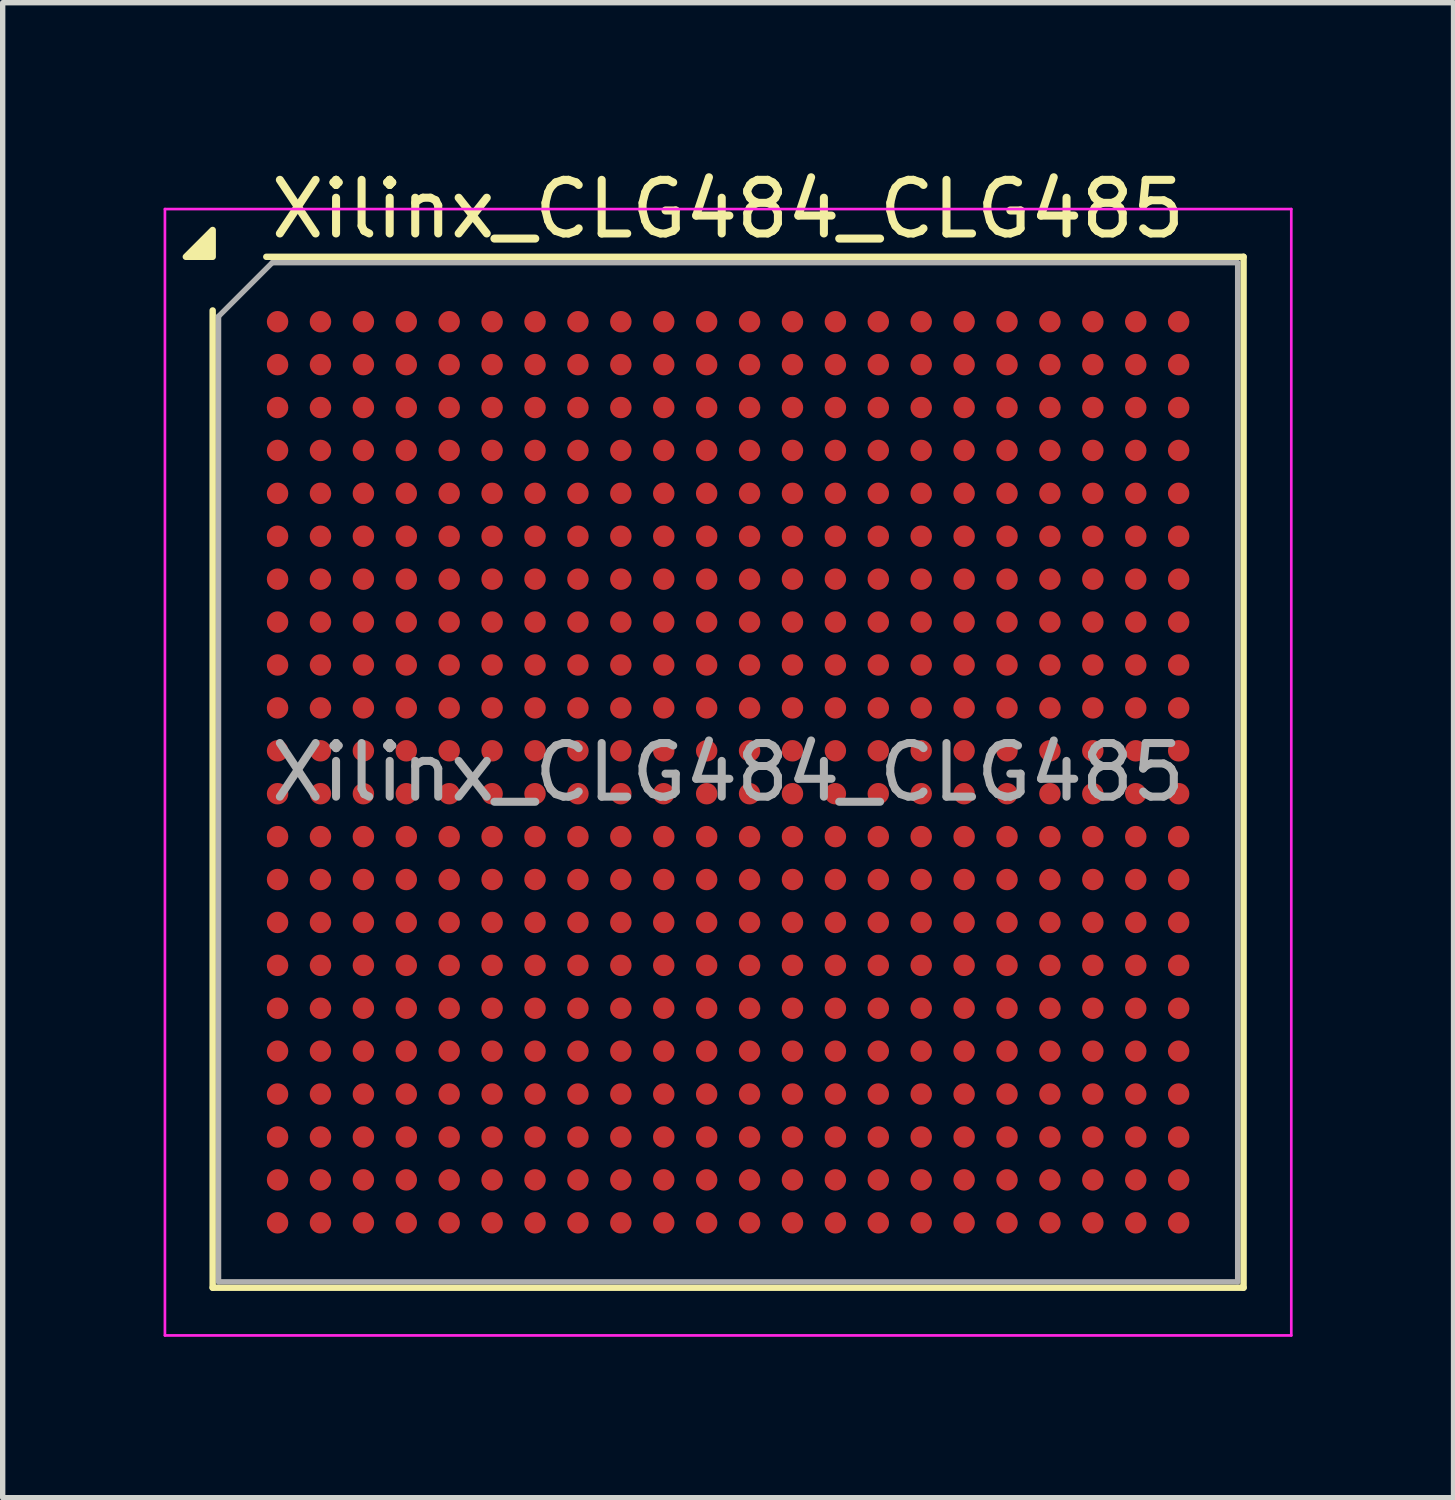
<source format=kicad_pcb>
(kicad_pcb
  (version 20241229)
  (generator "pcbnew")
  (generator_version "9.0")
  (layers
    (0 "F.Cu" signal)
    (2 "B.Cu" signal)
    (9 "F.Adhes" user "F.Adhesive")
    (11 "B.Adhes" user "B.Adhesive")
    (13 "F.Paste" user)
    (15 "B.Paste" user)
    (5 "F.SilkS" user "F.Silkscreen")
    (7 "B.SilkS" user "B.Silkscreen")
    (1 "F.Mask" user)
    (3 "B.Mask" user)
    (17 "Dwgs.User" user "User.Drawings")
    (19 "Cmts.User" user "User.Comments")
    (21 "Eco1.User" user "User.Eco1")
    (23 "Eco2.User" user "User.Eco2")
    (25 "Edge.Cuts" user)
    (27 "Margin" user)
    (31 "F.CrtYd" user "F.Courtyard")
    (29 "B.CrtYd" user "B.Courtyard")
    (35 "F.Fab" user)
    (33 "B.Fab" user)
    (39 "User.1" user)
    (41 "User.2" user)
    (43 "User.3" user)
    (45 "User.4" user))
  (footprint "Xilinx_CLG484_CLG485"
    (layer "F.Cu")
    (at 10.525 11.348)
    (property "Reference" "Xilinx_CLG484_CLG485" (at 0 -10.5 0) (layer "F.SilkS") (effects (font (size 1 1) (thickness 0.15))))
    (attr smd)
    (fp_line (start -9.61 9.61) (end -9.61 -8.61) (stroke (width 0.12) (type solid)) (layer "F.SilkS"))
    (fp_line (start -8.61 -9.61) (end 9.61 -9.61) (stroke (width 0.12) (type solid)) (layer "F.SilkS"))
    (fp_line (start 9.61 -9.61) (end 9.61 9.61) (stroke (width 0.12) (type solid)) (layer "F.SilkS"))
    (fp_line (start 9.61 9.61) (end -9.61 9.61) (stroke (width 0.12) (type solid)) (layer "F.SilkS"))
    (fp_poly (pts (xy -9.61 -9.61) (xy -10.11 -9.61) (xy -9.61 -10.11) (xy -9.61 -9.61)) (stroke (width 0.12) (type solid)) (fill yes) (layer "F.SilkS"))
    (fp_line (start -10.5 -10.5) (end -10.5 10.5) (stroke (width 0.05) (type solid)) (layer "F.CrtYd"))
    (fp_line (start -10.5 10.5) (end 10.5 10.5) (stroke (width 0.05) (type solid)) (layer "F.CrtYd"))
    (fp_line (start 10.5 -10.5) (end -10.5 -10.5) (stroke (width 0.05) (type solid)) (layer "F.CrtYd"))
    (fp_line (start 10.5 10.5) (end 10.5 -10.5) (stroke (width 0.05) (type solid)) (layer "F.CrtYd"))
    (fp_line (start -9.5 -8.5) (end -8.5 -9.5) (stroke (width 0.1) (type solid)) (layer "F.Fab"))
    (fp_line (start -9.5 9.5) (end -9.5 -8.5) (stroke (width 0.1) (type solid)) (layer "F.Fab"))
    (fp_line (start -8.5 -9.5) (end 9.5 -9.5) (stroke (width 0.1) (type solid)) (layer "F.Fab"))
    (fp_line (start 9.5 -9.5) (end 9.5 9.5) (stroke (width 0.1) (type solid)) (layer "F.Fab"))
    (fp_line (start 9.5 9.5) (end -9.5 9.5) (stroke (width 0.1) (type solid)) (layer "F.Fab"))
    (fp_text user "${REFERENCE}" (at 0 0 0) (layer "F.Fab") (effects (font (size 1 1) (thickness 0.15))))
    (pad "A1" smd circle (at -8.4 -8.4) (size 0.4 0.4) (property pad_prop_bga) (layers "F.Cu" "F.Mask" "F.Paste"))
    (pad "A2" smd circle (at -7.6 -8.4) (size 0.4 0.4) (property pad_prop_bga) (layers "F.Cu" "F.Mask" "F.Paste"))
    (pad "A3" smd circle (at -6.8 -8.4) (size 0.4 0.4) (property pad_prop_bga) (layers "F.Cu" "F.Mask" "F.Paste"))
    (pad "A4" smd circle (at -6 -8.4) (size 0.4 0.4) (property pad_prop_bga) (layers "F.Cu" "F.Mask" "F.Paste"))
    (pad "A5" smd circle (at -5.2 -8.4) (size 0.4 0.4) (property pad_prop_bga) (layers "F.Cu" "F.Mask" "F.Paste"))
    (pad "A6" smd circle (at -4.4 -8.4) (size 0.4 0.4) (property pad_prop_bga) (layers "F.Cu" "F.Mask" "F.Paste"))
    (pad "A7" smd circle (at -3.6 -8.4) (size 0.4 0.4) (property pad_prop_bga) (layers "F.Cu" "F.Mask" "F.Paste"))
    (pad "A8" smd circle (at -2.8 -8.4) (size 0.4 0.4) (property pad_prop_bga) (layers "F.Cu" "F.Mask" "F.Paste"))
    (pad "A9" smd circle (at -2 -8.4) (size 0.4 0.4) (property pad_prop_bga) (layers "F.Cu" "F.Mask" "F.Paste"))
    (pad "A10" smd circle (at -1.2 -8.4) (size 0.4 0.4) (property pad_prop_bga) (layers "F.Cu" "F.Mask" "F.Paste"))
    (pad "A11" smd circle (at -0.4 -8.4) (size 0.4 0.4) (property pad_prop_bga) (layers "F.Cu" "F.Mask" "F.Paste"))
    (pad "A12" smd circle (at 0.4 -8.4) (size 0.4 0.4) (property pad_prop_bga) (layers "F.Cu" "F.Mask" "F.Paste"))
    (pad "A13" smd circle (at 1.2 -8.4) (size 0.4 0.4) (property pad_prop_bga) (layers "F.Cu" "F.Mask" "F.Paste"))
    (pad "A14" smd circle (at 2 -8.4) (size 0.4 0.4) (property pad_prop_bga) (layers "F.Cu" "F.Mask" "F.Paste"))
    (pad "A15" smd circle (at 2.8 -8.4) (size 0.4 0.4) (property pad_prop_bga) (layers "F.Cu" "F.Mask" "F.Paste"))
    (pad "A16" smd circle (at 3.6 -8.4) (size 0.4 0.4) (property pad_prop_bga) (layers "F.Cu" "F.Mask" "F.Paste"))
    (pad "A17" smd circle (at 4.4 -8.4) (size 0.4 0.4) (property pad_prop_bga) (layers "F.Cu" "F.Mask" "F.Paste"))
    (pad "A18" smd circle (at 5.2 -8.4) (size 0.4 0.4) (property pad_prop_bga) (layers "F.Cu" "F.Mask" "F.Paste"))
    (pad "A19" smd circle (at 6 -8.4) (size 0.4 0.4) (property pad_prop_bga) (layers "F.Cu" "F.Mask" "F.Paste"))
    (pad "A20" smd circle (at 6.8 -8.4) (size 0.4 0.4) (property pad_prop_bga) (layers "F.Cu" "F.Mask" "F.Paste"))
    (pad "A21" smd circle (at 7.6 -8.4) (size 0.4 0.4) (property pad_prop_bga) (layers "F.Cu" "F.Mask" "F.Paste"))
    (pad "A22" smd circle (at 8.4 -8.4) (size 0.4 0.4) (property pad_prop_bga) (layers "F.Cu" "F.Mask" "F.Paste"))
    (pad "AA1" smd circle (at -8.4 7.6) (size 0.4 0.4) (property pad_prop_bga) (layers "F.Cu" "F.Mask" "F.Paste"))
    (pad "AA2" smd circle (at -7.6 7.6) (size 0.4 0.4) (property pad_prop_bga) (layers "F.Cu" "F.Mask" "F.Paste"))
    (pad "AA3" smd circle (at -6.8 7.6) (size 0.4 0.4) (property pad_prop_bga) (layers "F.Cu" "F.Mask" "F.Paste"))
    (pad "AA4" smd circle (at -6 7.6) (size 0.4 0.4) (property pad_prop_bga) (layers "F.Cu" "F.Mask" "F.Paste"))
    (pad "AA5" smd circle (at -5.2 7.6) (size 0.4 0.4) (property pad_prop_bga) (layers "F.Cu" "F.Mask" "F.Paste"))
    (pad "AA6" smd circle (at -4.4 7.6) (size 0.4 0.4) (property pad_prop_bga) (layers "F.Cu" "F.Mask" "F.Paste"))
    (pad "AA7" smd circle (at -3.6 7.6) (size 0.4 0.4) (property pad_prop_bga) (layers "F.Cu" "F.Mask" "F.Paste"))
    (pad "AA8" smd circle (at -2.8 7.6) (size 0.4 0.4) (property pad_prop_bga) (layers "F.Cu" "F.Mask" "F.Paste"))
    (pad "AA9" smd circle (at -2 7.6) (size 0.4 0.4) (property pad_prop_bga) (layers "F.Cu" "F.Mask" "F.Paste"))
    (pad "AA10" smd circle (at -1.2 7.6) (size 0.4 0.4) (property pad_prop_bga) (layers "F.Cu" "F.Mask" "F.Paste"))
    (pad "AA11" smd circle (at -0.4 7.6) (size 0.4 0.4) (property pad_prop_bga) (layers "F.Cu" "F.Mask" "F.Paste"))
    (pad "AA12" smd circle (at 0.4 7.6) (size 0.4 0.4) (property pad_prop_bga) (layers "F.Cu" "F.Mask" "F.Paste"))
    (pad "AA13" smd circle (at 1.2 7.6) (size 0.4 0.4) (property pad_prop_bga) (layers "F.Cu" "F.Mask" "F.Paste"))
    (pad "AA14" smd circle (at 2 7.6) (size 0.4 0.4) (property pad_prop_bga) (layers "F.Cu" "F.Mask" "F.Paste"))
    (pad "AA15" smd circle (at 2.8 7.6) (size 0.4 0.4) (property pad_prop_bga) (layers "F.Cu" "F.Mask" "F.Paste"))
    (pad "AA16" smd circle (at 3.6 7.6) (size 0.4 0.4) (property pad_prop_bga) (layers "F.Cu" "F.Mask" "F.Paste"))
    (pad "AA17" smd circle (at 4.4 7.6) (size 0.4 0.4) (property pad_prop_bga) (layers "F.Cu" "F.Mask" "F.Paste"))
    (pad "AA18" smd circle (at 5.2 7.6) (size 0.4 0.4) (property pad_prop_bga) (layers "F.Cu" "F.Mask" "F.Paste"))
    (pad "AA19" smd circle (at 6 7.6) (size 0.4 0.4) (property pad_prop_bga) (layers "F.Cu" "F.Mask" "F.Paste"))
    (pad "AA20" smd circle (at 6.8 7.6) (size 0.4 0.4) (property pad_prop_bga) (layers "F.Cu" "F.Mask" "F.Paste"))
    (pad "AA21" smd circle (at 7.6 7.6) (size 0.4 0.4) (property pad_prop_bga) (layers "F.Cu" "F.Mask" "F.Paste"))
    (pad "AA22" smd circle (at 8.4 7.6) (size 0.4 0.4) (property pad_prop_bga) (layers "F.Cu" "F.Mask" "F.Paste"))
    (pad "AB1" smd circle (at -8.4 8.4) (size 0.4 0.4) (property pad_prop_bga) (layers "F.Cu" "F.Mask" "F.Paste"))
    (pad "AB2" smd circle (at -7.6 8.4) (size 0.4 0.4) (property pad_prop_bga) (layers "F.Cu" "F.Mask" "F.Paste"))
    (pad "AB3" smd circle (at -6.8 8.4) (size 0.4 0.4) (property pad_prop_bga) (layers "F.Cu" "F.Mask" "F.Paste"))
    (pad "AB4" smd circle (at -6 8.4) (size 0.4 0.4) (property pad_prop_bga) (layers "F.Cu" "F.Mask" "F.Paste"))
    (pad "AB5" smd circle (at -5.2 8.4) (size 0.4 0.4) (property pad_prop_bga) (layers "F.Cu" "F.Mask" "F.Paste"))
    (pad "AB6" smd circle (at -4.4 8.4) (size 0.4 0.4) (property pad_prop_bga) (layers "F.Cu" "F.Mask" "F.Paste"))
    (pad "AB7" smd circle (at -3.6 8.4) (size 0.4 0.4) (property pad_prop_bga) (layers "F.Cu" "F.Mask" "F.Paste"))
    (pad "AB8" smd circle (at -2.8 8.4) (size 0.4 0.4) (property pad_prop_bga) (layers "F.Cu" "F.Mask" "F.Paste"))
    (pad "AB9" smd circle (at -2 8.4) (size 0.4 0.4) (property pad_prop_bga) (layers "F.Cu" "F.Mask" "F.Paste"))
    (pad "AB10" smd circle (at -1.2 8.4) (size 0.4 0.4) (property pad_prop_bga) (layers "F.Cu" "F.Mask" "F.Paste"))
    (pad "AB11" smd circle (at -0.4 8.4) (size 0.4 0.4) (property pad_prop_bga) (layers "F.Cu" "F.Mask" "F.Paste"))
    (pad "AB12" smd circle (at 0.4 8.4) (size 0.4 0.4) (property pad_prop_bga) (layers "F.Cu" "F.Mask" "F.Paste"))
    (pad "AB13" smd circle (at 1.2 8.4) (size 0.4 0.4) (property pad_prop_bga) (layers "F.Cu" "F.Mask" "F.Paste"))
    (pad "AB14" smd circle (at 2 8.4) (size 0.4 0.4) (property pad_prop_bga) (layers "F.Cu" "F.Mask" "F.Paste"))
    (pad "AB15" smd circle (at 2.8 8.4) (size 0.4 0.4) (property pad_prop_bga) (layers "F.Cu" "F.Mask" "F.Paste"))
    (pad "AB16" smd circle (at 3.6 8.4) (size 0.4 0.4) (property pad_prop_bga) (layers "F.Cu" "F.Mask" "F.Paste"))
    (pad "AB17" smd circle (at 4.4 8.4) (size 0.4 0.4) (property pad_prop_bga) (layers "F.Cu" "F.Mask" "F.Paste"))
    (pad "AB18" smd circle (at 5.2 8.4) (size 0.4 0.4) (property pad_prop_bga) (layers "F.Cu" "F.Mask" "F.Paste"))
    (pad "AB19" smd circle (at 6 8.4) (size 0.4 0.4) (property pad_prop_bga) (layers "F.Cu" "F.Mask" "F.Paste"))
    (pad "AB20" smd circle (at 6.8 8.4) (size 0.4 0.4) (property pad_prop_bga) (layers "F.Cu" "F.Mask" "F.Paste"))
    (pad "AB21" smd circle (at 7.6 8.4) (size 0.4 0.4) (property pad_prop_bga) (layers "F.Cu" "F.Mask" "F.Paste"))
    (pad "AB22" smd circle (at 8.4 8.4) (size 0.4 0.4) (property pad_prop_bga) (layers "F.Cu" "F.Mask" "F.Paste"))
    (pad "B1" smd circle (at -8.4 -7.6) (size 0.4 0.4) (property pad_prop_bga) (layers "F.Cu" "F.Mask" "F.Paste"))
    (pad "B2" smd circle (at -7.6 -7.6) (size 0.4 0.4) (property pad_prop_bga) (layers "F.Cu" "F.Mask" "F.Paste"))
    (pad "B3" smd circle (at -6.8 -7.6) (size 0.4 0.4) (property pad_prop_bga) (layers "F.Cu" "F.Mask" "F.Paste"))
    (pad "B4" smd circle (at -6 -7.6) (size 0.4 0.4) (property pad_prop_bga) (layers "F.Cu" "F.Mask" "F.Paste"))
    (pad "B5" smd circle (at -5.2 -7.6) (size 0.4 0.4) (property pad_prop_bga) (layers "F.Cu" "F.Mask" "F.Paste"))
    (pad "B6" smd circle (at -4.4 -7.6) (size 0.4 0.4) (property pad_prop_bga) (layers "F.Cu" "F.Mask" "F.Paste"))
    (pad "B7" smd circle (at -3.6 -7.6) (size 0.4 0.4) (property pad_prop_bga) (layers "F.Cu" "F.Mask" "F.Paste"))
    (pad "B8" smd circle (at -2.8 -7.6) (size 0.4 0.4) (property pad_prop_bga) (layers "F.Cu" "F.Mask" "F.Paste"))
    (pad "B9" smd circle (at -2 -7.6) (size 0.4 0.4) (property pad_prop_bga) (layers "F.Cu" "F.Mask" "F.Paste"))
    (pad "B10" smd circle (at -1.2 -7.6) (size 0.4 0.4) (property pad_prop_bga) (layers "F.Cu" "F.Mask" "F.Paste"))
    (pad "B11" smd circle (at -0.4 -7.6) (size 0.4 0.4) (property pad_prop_bga) (layers "F.Cu" "F.Mask" "F.Paste"))
    (pad "B12" smd circle (at 0.4 -7.6) (size 0.4 0.4) (property pad_prop_bga) (layers "F.Cu" "F.Mask" "F.Paste"))
    (pad "B13" smd circle (at 1.2 -7.6) (size 0.4 0.4) (property pad_prop_bga) (layers "F.Cu" "F.Mask" "F.Paste"))
    (pad "B14" smd circle (at 2 -7.6) (size 0.4 0.4) (property pad_prop_bga) (layers "F.Cu" "F.Mask" "F.Paste"))
    (pad "B15" smd circle (at 2.8 -7.6) (size 0.4 0.4) (property pad_prop_bga) (layers "F.Cu" "F.Mask" "F.Paste"))
    (pad "B16" smd circle (at 3.6 -7.6) (size 0.4 0.4) (property pad_prop_bga) (layers "F.Cu" "F.Mask" "F.Paste"))
    (pad "B17" smd circle (at 4.4 -7.6) (size 0.4 0.4) (property pad_prop_bga) (layers "F.Cu" "F.Mask" "F.Paste"))
    (pad "B18" smd circle (at 5.2 -7.6) (size 0.4 0.4) (property pad_prop_bga) (layers "F.Cu" "F.Mask" "F.Paste"))
    (pad "B19" smd circle (at 6 -7.6) (size 0.4 0.4) (property pad_prop_bga) (layers "F.Cu" "F.Mask" "F.Paste"))
    (pad "B20" smd circle (at 6.8 -7.6) (size 0.4 0.4) (property pad_prop_bga) (layers "F.Cu" "F.Mask" "F.Paste"))
    (pad "B21" smd circle (at 7.6 -7.6) (size 0.4 0.4) (property pad_prop_bga) (layers "F.Cu" "F.Mask" "F.Paste"))
    (pad "B22" smd circle (at 8.4 -7.6) (size 0.4 0.4) (property pad_prop_bga) (layers "F.Cu" "F.Mask" "F.Paste"))
    (pad "C1" smd circle (at -8.4 -6.8) (size 0.4 0.4) (property pad_prop_bga) (layers "F.Cu" "F.Mask" "F.Paste"))
    (pad "C2" smd circle (at -7.6 -6.8) (size 0.4 0.4) (property pad_prop_bga) (layers "F.Cu" "F.Mask" "F.Paste"))
    (pad "C3" smd circle (at -6.8 -6.8) (size 0.4 0.4) (property pad_prop_bga) (layers "F.Cu" "F.Mask" "F.Paste"))
    (pad "C4" smd circle (at -6 -6.8) (size 0.4 0.4) (property pad_prop_bga) (layers "F.Cu" "F.Mask" "F.Paste"))
    (pad "C5" smd circle (at -5.2 -6.8) (size 0.4 0.4) (property pad_prop_bga) (layers "F.Cu" "F.Mask" "F.Paste"))
    (pad "C6" smd circle (at -4.4 -6.8) (size 0.4 0.4) (property pad_prop_bga) (layers "F.Cu" "F.Mask" "F.Paste"))
    (pad "C7" smd circle (at -3.6 -6.8) (size 0.4 0.4) (property pad_prop_bga) (layers "F.Cu" "F.Mask" "F.Paste"))
    (pad "C8" smd circle (at -2.8 -6.8) (size 0.4 0.4) (property pad_prop_bga) (layers "F.Cu" "F.Mask" "F.Paste"))
    (pad "C9" smd circle (at -2 -6.8) (size 0.4 0.4) (property pad_prop_bga) (layers "F.Cu" "F.Mask" "F.Paste"))
    (pad "C10" smd circle (at -1.2 -6.8) (size 0.4 0.4) (property pad_prop_bga) (layers "F.Cu" "F.Mask" "F.Paste"))
    (pad "C11" smd circle (at -0.4 -6.8) (size 0.4 0.4) (property pad_prop_bga) (layers "F.Cu" "F.Mask" "F.Paste"))
    (pad "C12" smd circle (at 0.4 -6.8) (size 0.4 0.4) (property pad_prop_bga) (layers "F.Cu" "F.Mask" "F.Paste"))
    (pad "C13" smd circle (at 1.2 -6.8) (size 0.4 0.4) (property pad_prop_bga) (layers "F.Cu" "F.Mask" "F.Paste"))
    (pad "C14" smd circle (at 2 -6.8) (size 0.4 0.4) (property pad_prop_bga) (layers "F.Cu" "F.Mask" "F.Paste"))
    (pad "C15" smd circle (at 2.8 -6.8) (size 0.4 0.4) (property pad_prop_bga) (layers "F.Cu" "F.Mask" "F.Paste"))
    (pad "C16" smd circle (at 3.6 -6.8) (size 0.4 0.4) (property pad_prop_bga) (layers "F.Cu" "F.Mask" "F.Paste"))
    (pad "C17" smd circle (at 4.4 -6.8) (size 0.4 0.4) (property pad_prop_bga) (layers "F.Cu" "F.Mask" "F.Paste"))
    (pad "C18" smd circle (at 5.2 -6.8) (size 0.4 0.4) (property pad_prop_bga) (layers "F.Cu" "F.Mask" "F.Paste"))
    (pad "C19" smd circle (at 6 -6.8) (size 0.4 0.4) (property pad_prop_bga) (layers "F.Cu" "F.Mask" "F.Paste"))
    (pad "C20" smd circle (at 6.8 -6.8) (size 0.4 0.4) (property pad_prop_bga) (layers "F.Cu" "F.Mask" "F.Paste"))
    (pad "C21" smd circle (at 7.6 -6.8) (size 0.4 0.4) (property pad_prop_bga) (layers "F.Cu" "F.Mask" "F.Paste"))
    (pad "C22" smd circle (at 8.4 -6.8) (size 0.4 0.4) (property pad_prop_bga) (layers "F.Cu" "F.Mask" "F.Paste"))
    (pad "D1" smd circle (at -8.4 -6) (size 0.4 0.4) (property pad_prop_bga) (layers "F.Cu" "F.Mask" "F.Paste"))
    (pad "D2" smd circle (at -7.6 -6) (size 0.4 0.4) (property pad_prop_bga) (layers "F.Cu" "F.Mask" "F.Paste"))
    (pad "D3" smd circle (at -6.8 -6) (size 0.4 0.4) (property pad_prop_bga) (layers "F.Cu" "F.Mask" "F.Paste"))
    (pad "D4" smd circle (at -6 -6) (size 0.4 0.4) (property pad_prop_bga) (layers "F.Cu" "F.Mask" "F.Paste"))
    (pad "D5" smd circle (at -5.2 -6) (size 0.4 0.4) (property pad_prop_bga) (layers "F.Cu" "F.Mask" "F.Paste"))
    (pad "D6" smd circle (at -4.4 -6) (size 0.4 0.4) (property pad_prop_bga) (layers "F.Cu" "F.Mask" "F.Paste"))
    (pad "D7" smd circle (at -3.6 -6) (size 0.4 0.4) (property pad_prop_bga) (layers "F.Cu" "F.Mask" "F.Paste"))
    (pad "D8" smd circle (at -2.8 -6) (size 0.4 0.4) (property pad_prop_bga) (layers "F.Cu" "F.Mask" "F.Paste"))
    (pad "D9" smd circle (at -2 -6) (size 0.4 0.4) (property pad_prop_bga) (layers "F.Cu" "F.Mask" "F.Paste"))
    (pad "D10" smd circle (at -1.2 -6) (size 0.4 0.4) (property pad_prop_bga) (layers "F.Cu" "F.Mask" "F.Paste"))
    (pad "D11" smd circle (at -0.4 -6) (size 0.4 0.4) (property pad_prop_bga) (layers "F.Cu" "F.Mask" "F.Paste"))
    (pad "D12" smd circle (at 0.4 -6) (size 0.4 0.4) (property pad_prop_bga) (layers "F.Cu" "F.Mask" "F.Paste"))
    (pad "D13" smd circle (at 1.2 -6) (size 0.4 0.4) (property pad_prop_bga) (layers "F.Cu" "F.Mask" "F.Paste"))
    (pad "D14" smd circle (at 2 -6) (size 0.4 0.4) (property pad_prop_bga) (layers "F.Cu" "F.Mask" "F.Paste"))
    (pad "D15" smd circle (at 2.8 -6) (size 0.4 0.4) (property pad_prop_bga) (layers "F.Cu" "F.Mask" "F.Paste"))
    (pad "D16" smd circle (at 3.6 -6) (size 0.4 0.4) (property pad_prop_bga) (layers "F.Cu" "F.Mask" "F.Paste"))
    (pad "D17" smd circle (at 4.4 -6) (size 0.4 0.4) (property pad_prop_bga) (layers "F.Cu" "F.Mask" "F.Paste"))
    (pad "D18" smd circle (at 5.2 -6) (size 0.4 0.4) (property pad_prop_bga) (layers "F.Cu" "F.Mask" "F.Paste"))
    (pad "D19" smd circle (at 6 -6) (size 0.4 0.4) (property pad_prop_bga) (layers "F.Cu" "F.Mask" "F.Paste"))
    (pad "D20" smd circle (at 6.8 -6) (size 0.4 0.4) (property pad_prop_bga) (layers "F.Cu" "F.Mask" "F.Paste"))
    (pad "D21" smd circle (at 7.6 -6) (size 0.4 0.4) (property pad_prop_bga) (layers "F.Cu" "F.Mask" "F.Paste"))
    (pad "D22" smd circle (at 8.4 -6) (size 0.4 0.4) (property pad_prop_bga) (layers "F.Cu" "F.Mask" "F.Paste"))
    (pad "E1" smd circle (at -8.4 -5.2) (size 0.4 0.4) (property pad_prop_bga) (layers "F.Cu" "F.Mask" "F.Paste"))
    (pad "E2" smd circle (at -7.6 -5.2) (size 0.4 0.4) (property pad_prop_bga) (layers "F.Cu" "F.Mask" "F.Paste"))
    (pad "E3" smd circle (at -6.8 -5.2) (size 0.4 0.4) (property pad_prop_bga) (layers "F.Cu" "F.Mask" "F.Paste"))
    (pad "E4" smd circle (at -6 -5.2) (size 0.4 0.4) (property pad_prop_bga) (layers "F.Cu" "F.Mask" "F.Paste"))
    (pad "E5" smd circle (at -5.2 -5.2) (size 0.4 0.4) (property pad_prop_bga) (layers "F.Cu" "F.Mask" "F.Paste"))
    (pad "E6" smd circle (at -4.4 -5.2) (size 0.4 0.4) (property pad_prop_bga) (layers "F.Cu" "F.Mask" "F.Paste"))
    (pad "E7" smd circle (at -3.6 -5.2) (size 0.4 0.4) (property pad_prop_bga) (layers "F.Cu" "F.Mask" "F.Paste"))
    (pad "E8" smd circle (at -2.8 -5.2) (size 0.4 0.4) (property pad_prop_bga) (layers "F.Cu" "F.Mask" "F.Paste"))
    (pad "E9" smd circle (at -2 -5.2) (size 0.4 0.4) (property pad_prop_bga) (layers "F.Cu" "F.Mask" "F.Paste"))
    (pad "E10" smd circle (at -1.2 -5.2) (size 0.4 0.4) (property pad_prop_bga) (layers "F.Cu" "F.Mask" "F.Paste"))
    (pad "E11" smd circle (at -0.4 -5.2) (size 0.4 0.4) (property pad_prop_bga) (layers "F.Cu" "F.Mask" "F.Paste"))
    (pad "E12" smd circle (at 0.4 -5.2) (size 0.4 0.4) (property pad_prop_bga) (layers "F.Cu" "F.Mask" "F.Paste"))
    (pad "E13" smd circle (at 1.2 -5.2) (size 0.4 0.4) (property pad_prop_bga) (layers "F.Cu" "F.Mask" "F.Paste"))
    (pad "E14" smd circle (at 2 -5.2) (size 0.4 0.4) (property pad_prop_bga) (layers "F.Cu" "F.Mask" "F.Paste"))
    (pad "E15" smd circle (at 2.8 -5.2) (size 0.4 0.4) (property pad_prop_bga) (layers "F.Cu" "F.Mask" "F.Paste"))
    (pad "E16" smd circle (at 3.6 -5.2) (size 0.4 0.4) (property pad_prop_bga) (layers "F.Cu" "F.Mask" "F.Paste"))
    (pad "E17" smd circle (at 4.4 -5.2) (size 0.4 0.4) (property pad_prop_bga) (layers "F.Cu" "F.Mask" "F.Paste"))
    (pad "E18" smd circle (at 5.2 -5.2) (size 0.4 0.4) (property pad_prop_bga) (layers "F.Cu" "F.Mask" "F.Paste"))
    (pad "E19" smd circle (at 6 -5.2) (size 0.4 0.4) (property pad_prop_bga) (layers "F.Cu" "F.Mask" "F.Paste"))
    (pad "E20" smd circle (at 6.8 -5.2) (size 0.4 0.4) (property pad_prop_bga) (layers "F.Cu" "F.Mask" "F.Paste"))
    (pad "E21" smd circle (at 7.6 -5.2) (size 0.4 0.4) (property pad_prop_bga) (layers "F.Cu" "F.Mask" "F.Paste"))
    (pad "E22" smd circle (at 8.4 -5.2) (size 0.4 0.4) (property pad_prop_bga) (layers "F.Cu" "F.Mask" "F.Paste"))
    (pad "F1" smd circle (at -8.4 -4.4) (size 0.4 0.4) (property pad_prop_bga) (layers "F.Cu" "F.Mask" "F.Paste"))
    (pad "F2" smd circle (at -7.6 -4.4) (size 0.4 0.4) (property pad_prop_bga) (layers "F.Cu" "F.Mask" "F.Paste"))
    (pad "F3" smd circle (at -6.8 -4.4) (size 0.4 0.4) (property pad_prop_bga) (layers "F.Cu" "F.Mask" "F.Paste"))
    (pad "F4" smd circle (at -6 -4.4) (size 0.4 0.4) (property pad_prop_bga) (layers "F.Cu" "F.Mask" "F.Paste"))
    (pad "F5" smd circle (at -5.2 -4.4) (size 0.4 0.4) (property pad_prop_bga) (layers "F.Cu" "F.Mask" "F.Paste"))
    (pad "F6" smd circle (at -4.4 -4.4) (size 0.4 0.4) (property pad_prop_bga) (layers "F.Cu" "F.Mask" "F.Paste"))
    (pad "F7" smd circle (at -3.6 -4.4) (size 0.4 0.4) (property pad_prop_bga) (layers "F.Cu" "F.Mask" "F.Paste"))
    (pad "F8" smd circle (at -2.8 -4.4) (size 0.4 0.4) (property pad_prop_bga) (layers "F.Cu" "F.Mask" "F.Paste"))
    (pad "F9" smd circle (at -2 -4.4) (size 0.4 0.4) (property pad_prop_bga) (layers "F.Cu" "F.Mask" "F.Paste"))
    (pad "F10" smd circle (at -1.2 -4.4) (size 0.4 0.4) (property pad_prop_bga) (layers "F.Cu" "F.Mask" "F.Paste"))
    (pad "F11" smd circle (at -0.4 -4.4) (size 0.4 0.4) (property pad_prop_bga) (layers "F.Cu" "F.Mask" "F.Paste"))
    (pad "F12" smd circle (at 0.4 -4.4) (size 0.4 0.4) (property pad_prop_bga) (layers "F.Cu" "F.Mask" "F.Paste"))
    (pad "F13" smd circle (at 1.2 -4.4) (size 0.4 0.4) (property pad_prop_bga) (layers "F.Cu" "F.Mask" "F.Paste"))
    (pad "F14" smd circle (at 2 -4.4) (size 0.4 0.4) (property pad_prop_bga) (layers "F.Cu" "F.Mask" "F.Paste"))
    (pad "F15" smd circle (at 2.8 -4.4) (size 0.4 0.4) (property pad_prop_bga) (layers "F.Cu" "F.Mask" "F.Paste"))
    (pad "F16" smd circle (at 3.6 -4.4) (size 0.4 0.4) (property pad_prop_bga) (layers "F.Cu" "F.Mask" "F.Paste"))
    (pad "F17" smd circle (at 4.4 -4.4) (size 0.4 0.4) (property pad_prop_bga) (layers "F.Cu" "F.Mask" "F.Paste"))
    (pad "F18" smd circle (at 5.2 -4.4) (size 0.4 0.4) (property pad_prop_bga) (layers "F.Cu" "F.Mask" "F.Paste"))
    (pad "F19" smd circle (at 6 -4.4) (size 0.4 0.4) (property pad_prop_bga) (layers "F.Cu" "F.Mask" "F.Paste"))
    (pad "F20" smd circle (at 6.8 -4.4) (size 0.4 0.4) (property pad_prop_bga) (layers "F.Cu" "F.Mask" "F.Paste"))
    (pad "F21" smd circle (at 7.6 -4.4) (size 0.4 0.4) (property pad_prop_bga) (layers "F.Cu" "F.Mask" "F.Paste"))
    (pad "F22" smd circle (at 8.4 -4.4) (size 0.4 0.4) (property pad_prop_bga) (layers "F.Cu" "F.Mask" "F.Paste"))
    (pad "G1" smd circle (at -8.4 -3.6) (size 0.4 0.4) (property pad_prop_bga) (layers "F.Cu" "F.Mask" "F.Paste"))
    (pad "G2" smd circle (at -7.6 -3.6) (size 0.4 0.4) (property pad_prop_bga) (layers "F.Cu" "F.Mask" "F.Paste"))
    (pad "G3" smd circle (at -6.8 -3.6) (size 0.4 0.4) (property pad_prop_bga) (layers "F.Cu" "F.Mask" "F.Paste"))
    (pad "G4" smd circle (at -6 -3.6) (size 0.4 0.4) (property pad_prop_bga) (layers "F.Cu" "F.Mask" "F.Paste"))
    (pad "G5" smd circle (at -5.2 -3.6) (size 0.4 0.4) (property pad_prop_bga) (layers "F.Cu" "F.Mask" "F.Paste"))
    (pad "G6" smd circle (at -4.4 -3.6) (size 0.4 0.4) (property pad_prop_bga) (layers "F.Cu" "F.Mask" "F.Paste"))
    (pad "G7" smd circle (at -3.6 -3.6) (size 0.4 0.4) (property pad_prop_bga) (layers "F.Cu" "F.Mask" "F.Paste"))
    (pad "G8" smd circle (at -2.8 -3.6) (size 0.4 0.4) (property pad_prop_bga) (layers "F.Cu" "F.Mask" "F.Paste"))
    (pad "G9" smd circle (at -2 -3.6) (size 0.4 0.4) (property pad_prop_bga) (layers "F.Cu" "F.Mask" "F.Paste"))
    (pad "G10" smd circle (at -1.2 -3.6) (size 0.4 0.4) (property pad_prop_bga) (layers "F.Cu" "F.Mask" "F.Paste"))
    (pad "G11" smd circle (at -0.4 -3.6) (size 0.4 0.4) (property pad_prop_bga) (layers "F.Cu" "F.Mask" "F.Paste"))
    (pad "G12" smd circle (at 0.4 -3.6) (size 0.4 0.4) (property pad_prop_bga) (layers "F.Cu" "F.Mask" "F.Paste"))
    (pad "G13" smd circle (at 1.2 -3.6) (size 0.4 0.4) (property pad_prop_bga) (layers "F.Cu" "F.Mask" "F.Paste"))
    (pad "G14" smd circle (at 2 -3.6) (size 0.4 0.4) (property pad_prop_bga) (layers "F.Cu" "F.Mask" "F.Paste"))
    (pad "G15" smd circle (at 2.8 -3.6) (size 0.4 0.4) (property pad_prop_bga) (layers "F.Cu" "F.Mask" "F.Paste"))
    (pad "G16" smd circle (at 3.6 -3.6) (size 0.4 0.4) (property pad_prop_bga) (layers "F.Cu" "F.Mask" "F.Paste"))
    (pad "G17" smd circle (at 4.4 -3.6) (size 0.4 0.4) (property pad_prop_bga) (layers "F.Cu" "F.Mask" "F.Paste"))
    (pad "G18" smd circle (at 5.2 -3.6) (size 0.4 0.4) (property pad_prop_bga) (layers "F.Cu" "F.Mask" "F.Paste"))
    (pad "G19" smd circle (at 6 -3.6) (size 0.4 0.4) (property pad_prop_bga) (layers "F.Cu" "F.Mask" "F.Paste"))
    (pad "G20" smd circle (at 6.8 -3.6) (size 0.4 0.4) (property pad_prop_bga) (layers "F.Cu" "F.Mask" "F.Paste"))
    (pad "G21" smd circle (at 7.6 -3.6) (size 0.4 0.4) (property pad_prop_bga) (layers "F.Cu" "F.Mask" "F.Paste"))
    (pad "G22" smd circle (at 8.4 -3.6) (size 0.4 0.4) (property pad_prop_bga) (layers "F.Cu" "F.Mask" "F.Paste"))
    (pad "H1" smd circle (at -8.4 -2.8) (size 0.4 0.4) (property pad_prop_bga) (layers "F.Cu" "F.Mask" "F.Paste"))
    (pad "H2" smd circle (at -7.6 -2.8) (size 0.4 0.4) (property pad_prop_bga) (layers "F.Cu" "F.Mask" "F.Paste"))
    (pad "H3" smd circle (at -6.8 -2.8) (size 0.4 0.4) (property pad_prop_bga) (layers "F.Cu" "F.Mask" "F.Paste"))
    (pad "H4" smd circle (at -6 -2.8) (size 0.4 0.4) (property pad_prop_bga) (layers "F.Cu" "F.Mask" "F.Paste"))
    (pad "H5" smd circle (at -5.2 -2.8) (size 0.4 0.4) (property pad_prop_bga) (layers "F.Cu" "F.Mask" "F.Paste"))
    (pad "H6" smd circle (at -4.4 -2.8) (size 0.4 0.4) (property pad_prop_bga) (layers "F.Cu" "F.Mask" "F.Paste"))
    (pad "H7" smd circle (at -3.6 -2.8) (size 0.4 0.4) (property pad_prop_bga) (layers "F.Cu" "F.Mask" "F.Paste"))
    (pad "H8" smd circle (at -2.8 -2.8) (size 0.4 0.4) (property pad_prop_bga) (layers "F.Cu" "F.Mask" "F.Paste"))
    (pad "H9" smd circle (at -2 -2.8) (size 0.4 0.4) (property pad_prop_bga) (layers "F.Cu" "F.Mask" "F.Paste"))
    (pad "H10" smd circle (at -1.2 -2.8) (size 0.4 0.4) (property pad_prop_bga) (layers "F.Cu" "F.Mask" "F.Paste"))
    (pad "H11" smd circle (at -0.4 -2.8) (size 0.4 0.4) (property pad_prop_bga) (layers "F.Cu" "F.Mask" "F.Paste"))
    (pad "H12" smd circle (at 0.4 -2.8) (size 0.4 0.4) (property pad_prop_bga) (layers "F.Cu" "F.Mask" "F.Paste"))
    (pad "H13" smd circle (at 1.2 -2.8) (size 0.4 0.4) (property pad_prop_bga) (layers "F.Cu" "F.Mask" "F.Paste"))
    (pad "H14" smd circle (at 2 -2.8) (size 0.4 0.4) (property pad_prop_bga) (layers "F.Cu" "F.Mask" "F.Paste"))
    (pad "H15" smd circle (at 2.8 -2.8) (size 0.4 0.4) (property pad_prop_bga) (layers "F.Cu" "F.Mask" "F.Paste"))
    (pad "H16" smd circle (at 3.6 -2.8) (size 0.4 0.4) (property pad_prop_bga) (layers "F.Cu" "F.Mask" "F.Paste"))
    (pad "H17" smd circle (at 4.4 -2.8) (size 0.4 0.4) (property pad_prop_bga) (layers "F.Cu" "F.Mask" "F.Paste"))
    (pad "H18" smd circle (at 5.2 -2.8) (size 0.4 0.4) (property pad_prop_bga) (layers "F.Cu" "F.Mask" "F.Paste"))
    (pad "H19" smd circle (at 6 -2.8) (size 0.4 0.4) (property pad_prop_bga) (layers "F.Cu" "F.Mask" "F.Paste"))
    (pad "H20" smd circle (at 6.8 -2.8) (size 0.4 0.4) (property pad_prop_bga) (layers "F.Cu" "F.Mask" "F.Paste"))
    (pad "H21" smd circle (at 7.6 -2.8) (size 0.4 0.4) (property pad_prop_bga) (layers "F.Cu" "F.Mask" "F.Paste"))
    (pad "H22" smd circle (at 8.4 -2.8) (size 0.4 0.4) (property pad_prop_bga) (layers "F.Cu" "F.Mask" "F.Paste"))
    (pad "J1" smd circle (at -8.4 -2) (size 0.4 0.4) (property pad_prop_bga) (layers "F.Cu" "F.Mask" "F.Paste"))
    (pad "J2" smd circle (at -7.6 -2) (size 0.4 0.4) (property pad_prop_bga) (layers "F.Cu" "F.Mask" "F.Paste"))
    (pad "J3" smd circle (at -6.8 -2) (size 0.4 0.4) (property pad_prop_bga) (layers "F.Cu" "F.Mask" "F.Paste"))
    (pad "J4" smd circle (at -6 -2) (size 0.4 0.4) (property pad_prop_bga) (layers "F.Cu" "F.Mask" "F.Paste"))
    (pad "J5" smd circle (at -5.2 -2) (size 0.4 0.4) (property pad_prop_bga) (layers "F.Cu" "F.Mask" "F.Paste"))
    (pad "J6" smd circle (at -4.4 -2) (size 0.4 0.4) (property pad_prop_bga) (layers "F.Cu" "F.Mask" "F.Paste"))
    (pad "J7" smd circle (at -3.6 -2) (size 0.4 0.4) (property pad_prop_bga) (layers "F.Cu" "F.Mask" "F.Paste"))
    (pad "J8" smd circle (at -2.8 -2) (size 0.4 0.4) (property pad_prop_bga) (layers "F.Cu" "F.Mask" "F.Paste"))
    (pad "J9" smd circle (at -2 -2) (size 0.4 0.4) (property pad_prop_bga) (layers "F.Cu" "F.Mask" "F.Paste"))
    (pad "J10" smd circle (at -1.2 -2) (size 0.4 0.4) (property pad_prop_bga) (layers "F.Cu" "F.Mask" "F.Paste"))
    (pad "J11" smd circle (at -0.4 -2) (size 0.4 0.4) (property pad_prop_bga) (layers "F.Cu" "F.Mask" "F.Paste"))
    (pad "J12" smd circle (at 0.4 -2) (size 0.4 0.4) (property pad_prop_bga) (layers "F.Cu" "F.Mask" "F.Paste"))
    (pad "J13" smd circle (at 1.2 -2) (size 0.4 0.4) (property pad_prop_bga) (layers "F.Cu" "F.Mask" "F.Paste"))
    (pad "J14" smd circle (at 2 -2) (size 0.4 0.4) (property pad_prop_bga) (layers "F.Cu" "F.Mask" "F.Paste"))
    (pad "J15" smd circle (at 2.8 -2) (size 0.4 0.4) (property pad_prop_bga) (layers "F.Cu" "F.Mask" "F.Paste"))
    (pad "J16" smd circle (at 3.6 -2) (size 0.4 0.4) (property pad_prop_bga) (layers "F.Cu" "F.Mask" "F.Paste"))
    (pad "J17" smd circle (at 4.4 -2) (size 0.4 0.4) (property pad_prop_bga) (layers "F.Cu" "F.Mask" "F.Paste"))
    (pad "J18" smd circle (at 5.2 -2) (size 0.4 0.4) (property pad_prop_bga) (layers "F.Cu" "F.Mask" "F.Paste"))
    (pad "J19" smd circle (at 6 -2) (size 0.4 0.4) (property pad_prop_bga) (layers "F.Cu" "F.Mask" "F.Paste"))
    (pad "J20" smd circle (at 6.8 -2) (size 0.4 0.4) (property pad_prop_bga) (layers "F.Cu" "F.Mask" "F.Paste"))
    (pad "J21" smd circle (at 7.6 -2) (size 0.4 0.4) (property pad_prop_bga) (layers "F.Cu" "F.Mask" "F.Paste"))
    (pad "J22" smd circle (at 8.4 -2) (size 0.4 0.4) (property pad_prop_bga) (layers "F.Cu" "F.Mask" "F.Paste"))
    (pad "K1" smd circle (at -8.4 -1.2) (size 0.4 0.4) (property pad_prop_bga) (layers "F.Cu" "F.Mask" "F.Paste"))
    (pad "K2" smd circle (at -7.6 -1.2) (size 0.4 0.4) (property pad_prop_bga) (layers "F.Cu" "F.Mask" "F.Paste"))
    (pad "K3" smd circle (at -6.8 -1.2) (size 0.4 0.4) (property pad_prop_bga) (layers "F.Cu" "F.Mask" "F.Paste"))
    (pad "K4" smd circle (at -6 -1.2) (size 0.4 0.4) (property pad_prop_bga) (layers "F.Cu" "F.Mask" "F.Paste"))
    (pad "K5" smd circle (at -5.2 -1.2) (size 0.4 0.4) (property pad_prop_bga) (layers "F.Cu" "F.Mask" "F.Paste"))
    (pad "K6" smd circle (at -4.4 -1.2) (size 0.4 0.4) (property pad_prop_bga) (layers "F.Cu" "F.Mask" "F.Paste"))
    (pad "K7" smd circle (at -3.6 -1.2) (size 0.4 0.4) (property pad_prop_bga) (layers "F.Cu" "F.Mask" "F.Paste"))
    (pad "K8" smd circle (at -2.8 -1.2) (size 0.4 0.4) (property pad_prop_bga) (layers "F.Cu" "F.Mask" "F.Paste"))
    (pad "K9" smd circle (at -2 -1.2) (size 0.4 0.4) (property pad_prop_bga) (layers "F.Cu" "F.Mask" "F.Paste"))
    (pad "K10" smd circle (at -1.2 -1.2) (size 0.4 0.4) (property pad_prop_bga) (layers "F.Cu" "F.Mask" "F.Paste"))
    (pad "K11" smd circle (at -0.4 -1.2) (size 0.4 0.4) (property pad_prop_bga) (layers "F.Cu" "F.Mask" "F.Paste"))
    (pad "K12" smd circle (at 0.4 -1.2) (size 0.4 0.4) (property pad_prop_bga) (layers "F.Cu" "F.Mask" "F.Paste"))
    (pad "K13" smd circle (at 1.2 -1.2) (size 0.4 0.4) (property pad_prop_bga) (layers "F.Cu" "F.Mask" "F.Paste"))
    (pad "K14" smd circle (at 2 -1.2) (size 0.4 0.4) (property pad_prop_bga) (layers "F.Cu" "F.Mask" "F.Paste"))
    (pad "K15" smd circle (at 2.8 -1.2) (size 0.4 0.4) (property pad_prop_bga) (layers "F.Cu" "F.Mask" "F.Paste"))
    (pad "K16" smd circle (at 3.6 -1.2) (size 0.4 0.4) (property pad_prop_bga) (layers "F.Cu" "F.Mask" "F.Paste"))
    (pad "K17" smd circle (at 4.4 -1.2) (size 0.4 0.4) (property pad_prop_bga) (layers "F.Cu" "F.Mask" "F.Paste"))
    (pad "K18" smd circle (at 5.2 -1.2) (size 0.4 0.4) (property pad_prop_bga) (layers "F.Cu" "F.Mask" "F.Paste"))
    (pad "K19" smd circle (at 6 -1.2) (size 0.4 0.4) (property pad_prop_bga) (layers "F.Cu" "F.Mask" "F.Paste"))
    (pad "K20" smd circle (at 6.8 -1.2) (size 0.4 0.4) (property pad_prop_bga) (layers "F.Cu" "F.Mask" "F.Paste"))
    (pad "K21" smd circle (at 7.6 -1.2) (size 0.4 0.4) (property pad_prop_bga) (layers "F.Cu" "F.Mask" "F.Paste"))
    (pad "K22" smd circle (at 8.4 -1.2) (size 0.4 0.4) (property pad_prop_bga) (layers "F.Cu" "F.Mask" "F.Paste"))
    (pad "L1" smd circle (at -8.4 -0.4) (size 0.4 0.4) (property pad_prop_bga) (layers "F.Cu" "F.Mask" "F.Paste"))
    (pad "L2" smd circle (at -7.6 -0.4) (size 0.4 0.4) (property pad_prop_bga) (layers "F.Cu" "F.Mask" "F.Paste"))
    (pad "L3" smd circle (at -6.8 -0.4) (size 0.4 0.4) (property pad_prop_bga) (layers "F.Cu" "F.Mask" "F.Paste"))
    (pad "L4" smd circle (at -6 -0.4) (size 0.4 0.4) (property pad_prop_bga) (layers "F.Cu" "F.Mask" "F.Paste"))
    (pad "L5" smd circle (at -5.2 -0.4) (size 0.4 0.4) (property pad_prop_bga) (layers "F.Cu" "F.Mask" "F.Paste"))
    (pad "L6" smd circle (at -4.4 -0.4) (size 0.4 0.4) (property pad_prop_bga) (layers "F.Cu" "F.Mask" "F.Paste"))
    (pad "L7" smd circle (at -3.6 -0.4) (size 0.4 0.4) (property pad_prop_bga) (layers "F.Cu" "F.Mask" "F.Paste"))
    (pad "L8" smd circle (at -2.8 -0.4) (size 0.4 0.4) (property pad_prop_bga) (layers "F.Cu" "F.Mask" "F.Paste"))
    (pad "L9" smd circle (at -2 -0.4) (size 0.4 0.4) (property pad_prop_bga) (layers "F.Cu" "F.Mask" "F.Paste"))
    (pad "L10" smd circle (at -1.2 -0.4) (size 0.4 0.4) (property pad_prop_bga) (layers "F.Cu" "F.Mask" "F.Paste"))
    (pad "L11" smd circle (at -0.4 -0.4) (size 0.4 0.4) (property pad_prop_bga) (layers "F.Cu" "F.Mask" "F.Paste"))
    (pad "L12" smd circle (at 0.4 -0.4) (size 0.4 0.4) (property pad_prop_bga) (layers "F.Cu" "F.Mask" "F.Paste"))
    (pad "L13" smd circle (at 1.2 -0.4) (size 0.4 0.4) (property pad_prop_bga) (layers "F.Cu" "F.Mask" "F.Paste"))
    (pad "L14" smd circle (at 2 -0.4) (size 0.4 0.4) (property pad_prop_bga) (layers "F.Cu" "F.Mask" "F.Paste"))
    (pad "L15" smd circle (at 2.8 -0.4) (size 0.4 0.4) (property pad_prop_bga) (layers "F.Cu" "F.Mask" "F.Paste"))
    (pad "L16" smd circle (at 3.6 -0.4) (size 0.4 0.4) (property pad_prop_bga) (layers "F.Cu" "F.Mask" "F.Paste"))
    (pad "L17" smd circle (at 4.4 -0.4) (size 0.4 0.4) (property pad_prop_bga) (layers "F.Cu" "F.Mask" "F.Paste"))
    (pad "L18" smd circle (at 5.2 -0.4) (size 0.4 0.4) (property pad_prop_bga) (layers "F.Cu" "F.Mask" "F.Paste"))
    (pad "L19" smd circle (at 6 -0.4) (size 0.4 0.4) (property pad_prop_bga) (layers "F.Cu" "F.Mask" "F.Paste"))
    (pad "L20" smd circle (at 6.8 -0.4) (size 0.4 0.4) (property pad_prop_bga) (layers "F.Cu" "F.Mask" "F.Paste"))
    (pad "L21" smd circle (at 7.6 -0.4) (size 0.4 0.4) (property pad_prop_bga) (layers "F.Cu" "F.Mask" "F.Paste"))
    (pad "L22" smd circle (at 8.4 -0.4) (size 0.4 0.4) (property pad_prop_bga) (layers "F.Cu" "F.Mask" "F.Paste"))
    (pad "M1" smd circle (at -8.4 0.4) (size 0.4 0.4) (property pad_prop_bga) (layers "F.Cu" "F.Mask" "F.Paste"))
    (pad "M2" smd circle (at -7.6 0.4) (size 0.4 0.4) (property pad_prop_bga) (layers "F.Cu" "F.Mask" "F.Paste"))
    (pad "M3" smd circle (at -6.8 0.4) (size 0.4 0.4) (property pad_prop_bga) (layers "F.Cu" "F.Mask" "F.Paste"))
    (pad "M4" smd circle (at -6 0.4) (size 0.4 0.4) (property pad_prop_bga) (layers "F.Cu" "F.Mask" "F.Paste"))
    (pad "M5" smd circle (at -5.2 0.4) (size 0.4 0.4) (property pad_prop_bga) (layers "F.Cu" "F.Mask" "F.Paste"))
    (pad "M6" smd circle (at -4.4 0.4) (size 0.4 0.4) (property pad_prop_bga) (layers "F.Cu" "F.Mask" "F.Paste"))
    (pad "M7" smd circle (at -3.6 0.4) (size 0.4 0.4) (property pad_prop_bga) (layers "F.Cu" "F.Mask" "F.Paste"))
    (pad "M8" smd circle (at -2.8 0.4) (size 0.4 0.4) (property pad_prop_bga) (layers "F.Cu" "F.Mask" "F.Paste"))
    (pad "M9" smd circle (at -2 0.4) (size 0.4 0.4) (property pad_prop_bga) (layers "F.Cu" "F.Mask" "F.Paste"))
    (pad "M10" smd circle (at -1.2 0.4) (size 0.4 0.4) (property pad_prop_bga) (layers "F.Cu" "F.Mask" "F.Paste"))
    (pad "M11" smd circle (at -0.4 0.4) (size 0.4 0.4) (property pad_prop_bga) (layers "F.Cu" "F.Mask" "F.Paste"))
    (pad "M12" smd circle (at 0.4 0.4) (size 0.4 0.4) (property pad_prop_bga) (layers "F.Cu" "F.Mask" "F.Paste"))
    (pad "M13" smd circle (at 1.2 0.4) (size 0.4 0.4) (property pad_prop_bga) (layers "F.Cu" "F.Mask" "F.Paste"))
    (pad "M14" smd circle (at 2 0.4) (size 0.4 0.4) (property pad_prop_bga) (layers "F.Cu" "F.Mask" "F.Paste"))
    (pad "M15" smd circle (at 2.8 0.4) (size 0.4 0.4) (property pad_prop_bga) (layers "F.Cu" "F.Mask" "F.Paste"))
    (pad "M16" smd circle (at 3.6 0.4) (size 0.4 0.4) (property pad_prop_bga) (layers "F.Cu" "F.Mask" "F.Paste"))
    (pad "M17" smd circle (at 4.4 0.4) (size 0.4 0.4) (property pad_prop_bga) (layers "F.Cu" "F.Mask" "F.Paste"))
    (pad "M18" smd circle (at 5.2 0.4) (size 0.4 0.4) (property pad_prop_bga) (layers "F.Cu" "F.Mask" "F.Paste"))
    (pad "M19" smd circle (at 6 0.4) (size 0.4 0.4) (property pad_prop_bga) (layers "F.Cu" "F.Mask" "F.Paste"))
    (pad "M20" smd circle (at 6.8 0.4) (size 0.4 0.4) (property pad_prop_bga) (layers "F.Cu" "F.Mask" "F.Paste"))
    (pad "M21" smd circle (at 7.6 0.4) (size 0.4 0.4) (property pad_prop_bga) (layers "F.Cu" "F.Mask" "F.Paste"))
    (pad "M22" smd circle (at 8.4 0.4) (size 0.4 0.4) (property pad_prop_bga) (layers "F.Cu" "F.Mask" "F.Paste"))
    (pad "N1" smd circle (at -8.4 1.2) (size 0.4 0.4) (property pad_prop_bga) (layers "F.Cu" "F.Mask" "F.Paste"))
    (pad "N2" smd circle (at -7.6 1.2) (size 0.4 0.4) (property pad_prop_bga) (layers "F.Cu" "F.Mask" "F.Paste"))
    (pad "N3" smd circle (at -6.8 1.2) (size 0.4 0.4) (property pad_prop_bga) (layers "F.Cu" "F.Mask" "F.Paste"))
    (pad "N4" smd circle (at -6 1.2) (size 0.4 0.4) (property pad_prop_bga) (layers "F.Cu" "F.Mask" "F.Paste"))
    (pad "N5" smd circle (at -5.2 1.2) (size 0.4 0.4) (property pad_prop_bga) (layers "F.Cu" "F.Mask" "F.Paste"))
    (pad "N6" smd circle (at -4.4 1.2) (size 0.4 0.4) (property pad_prop_bga) (layers "F.Cu" "F.Mask" "F.Paste"))
    (pad "N7" smd circle (at -3.6 1.2) (size 0.4 0.4) (property pad_prop_bga) (layers "F.Cu" "F.Mask" "F.Paste"))
    (pad "N8" smd circle (at -2.8 1.2) (size 0.4 0.4) (property pad_prop_bga) (layers "F.Cu" "F.Mask" "F.Paste"))
    (pad "N9" smd circle (at -2 1.2) (size 0.4 0.4) (property pad_prop_bga) (layers "F.Cu" "F.Mask" "F.Paste"))
    (pad "N10" smd circle (at -1.2 1.2) (size 0.4 0.4) (property pad_prop_bga) (layers "F.Cu" "F.Mask" "F.Paste"))
    (pad "N11" smd circle (at -0.4 1.2) (size 0.4 0.4) (property pad_prop_bga) (layers "F.Cu" "F.Mask" "F.Paste"))
    (pad "N12" smd circle (at 0.4 1.2) (size 0.4 0.4) (property pad_prop_bga) (layers "F.Cu" "F.Mask" "F.Paste"))
    (pad "N13" smd circle (at 1.2 1.2) (size 0.4 0.4) (property pad_prop_bga) (layers "F.Cu" "F.Mask" "F.Paste"))
    (pad "N14" smd circle (at 2 1.2) (size 0.4 0.4) (property pad_prop_bga) (layers "F.Cu" "F.Mask" "F.Paste"))
    (pad "N15" smd circle (at 2.8 1.2) (size 0.4 0.4) (property pad_prop_bga) (layers "F.Cu" "F.Mask" "F.Paste"))
    (pad "N16" smd circle (at 3.6 1.2) (size 0.4 0.4) (property pad_prop_bga) (layers "F.Cu" "F.Mask" "F.Paste"))
    (pad "N17" smd circle (at 4.4 1.2) (size 0.4 0.4) (property pad_prop_bga) (layers "F.Cu" "F.Mask" "F.Paste"))
    (pad "N18" smd circle (at 5.2 1.2) (size 0.4 0.4) (property pad_prop_bga) (layers "F.Cu" "F.Mask" "F.Paste"))
    (pad "N19" smd circle (at 6 1.2) (size 0.4 0.4) (property pad_prop_bga) (layers "F.Cu" "F.Mask" "F.Paste"))
    (pad "N20" smd circle (at 6.8 1.2) (size 0.4 0.4) (property pad_prop_bga) (layers "F.Cu" "F.Mask" "F.Paste"))
    (pad "N21" smd circle (at 7.6 1.2) (size 0.4 0.4) (property pad_prop_bga) (layers "F.Cu" "F.Mask" "F.Paste"))
    (pad "N22" smd circle (at 8.4 1.2) (size 0.4 0.4) (property pad_prop_bga) (layers "F.Cu" "F.Mask" "F.Paste"))
    (pad "P1" smd circle (at -8.4 2) (size 0.4 0.4) (property pad_prop_bga) (layers "F.Cu" "F.Mask" "F.Paste"))
    (pad "P2" smd circle (at -7.6 2) (size 0.4 0.4) (property pad_prop_bga) (layers "F.Cu" "F.Mask" "F.Paste"))
    (pad "P3" smd circle (at -6.8 2) (size 0.4 0.4) (property pad_prop_bga) (layers "F.Cu" "F.Mask" "F.Paste"))
    (pad "P4" smd circle (at -6 2) (size 0.4 0.4) (property pad_prop_bga) (layers "F.Cu" "F.Mask" "F.Paste"))
    (pad "P5" smd circle (at -5.2 2) (size 0.4 0.4) (property pad_prop_bga) (layers "F.Cu" "F.Mask" "F.Paste"))
    (pad "P6" smd circle (at -4.4 2) (size 0.4 0.4) (property pad_prop_bga) (layers "F.Cu" "F.Mask" "F.Paste"))
    (pad "P7" smd circle (at -3.6 2) (size 0.4 0.4) (property pad_prop_bga) (layers "F.Cu" "F.Mask" "F.Paste"))
    (pad "P8" smd circle (at -2.8 2) (size 0.4 0.4) (property pad_prop_bga) (layers "F.Cu" "F.Mask" "F.Paste"))
    (pad "P9" smd circle (at -2 2) (size 0.4 0.4) (property pad_prop_bga) (layers "F.Cu" "F.Mask" "F.Paste"))
    (pad "P10" smd circle (at -1.2 2) (size 0.4 0.4) (property pad_prop_bga) (layers "F.Cu" "F.Mask" "F.Paste"))
    (pad "P11" smd circle (at -0.4 2) (size 0.4 0.4) (property pad_prop_bga) (layers "F.Cu" "F.Mask" "F.Paste"))
    (pad "P12" smd circle (at 0.4 2) (size 0.4 0.4) (property pad_prop_bga) (layers "F.Cu" "F.Mask" "F.Paste"))
    (pad "P13" smd circle (at 1.2 2) (size 0.4 0.4) (property pad_prop_bga) (layers "F.Cu" "F.Mask" "F.Paste"))
    (pad "P14" smd circle (at 2 2) (size 0.4 0.4) (property pad_prop_bga) (layers "F.Cu" "F.Mask" "F.Paste"))
    (pad "P15" smd circle (at 2.8 2) (size 0.4 0.4) (property pad_prop_bga) (layers "F.Cu" "F.Mask" "F.Paste"))
    (pad "P16" smd circle (at 3.6 2) (size 0.4 0.4) (property pad_prop_bga) (layers "F.Cu" "F.Mask" "F.Paste"))
    (pad "P17" smd circle (at 4.4 2) (size 0.4 0.4) (property pad_prop_bga) (layers "F.Cu" "F.Mask" "F.Paste"))
    (pad "P18" smd circle (at 5.2 2) (size 0.4 0.4) (property pad_prop_bga) (layers "F.Cu" "F.Mask" "F.Paste"))
    (pad "P19" smd circle (at 6 2) (size 0.4 0.4) (property pad_prop_bga) (layers "F.Cu" "F.Mask" "F.Paste"))
    (pad "P20" smd circle (at 6.8 2) (size 0.4 0.4) (property pad_prop_bga) (layers "F.Cu" "F.Mask" "F.Paste"))
    (pad "P21" smd circle (at 7.6 2) (size 0.4 0.4) (property pad_prop_bga) (layers "F.Cu" "F.Mask" "F.Paste"))
    (pad "P22" smd circle (at 8.4 2) (size 0.4 0.4) (property pad_prop_bga) (layers "F.Cu" "F.Mask" "F.Paste"))
    (pad "R1" smd circle (at -8.4 2.8) (size 0.4 0.4) (property pad_prop_bga) (layers "F.Cu" "F.Mask" "F.Paste"))
    (pad "R2" smd circle (at -7.6 2.8) (size 0.4 0.4) (property pad_prop_bga) (layers "F.Cu" "F.Mask" "F.Paste"))
    (pad "R3" smd circle (at -6.8 2.8) (size 0.4 0.4) (property pad_prop_bga) (layers "F.Cu" "F.Mask" "F.Paste"))
    (pad "R4" smd circle (at -6 2.8) (size 0.4 0.4) (property pad_prop_bga) (layers "F.Cu" "F.Mask" "F.Paste"))
    (pad "R5" smd circle (at -5.2 2.8) (size 0.4 0.4) (property pad_prop_bga) (layers "F.Cu" "F.Mask" "F.Paste"))
    (pad "R6" smd circle (at -4.4 2.8) (size 0.4 0.4) (property pad_prop_bga) (layers "F.Cu" "F.Mask" "F.Paste"))
    (pad "R7" smd circle (at -3.6 2.8) (size 0.4 0.4) (property pad_prop_bga) (layers "F.Cu" "F.Mask" "F.Paste"))
    (pad "R8" smd circle (at -2.8 2.8) (size 0.4 0.4) (property pad_prop_bga) (layers "F.Cu" "F.Mask" "F.Paste"))
    (pad "R9" smd circle (at -2 2.8) (size 0.4 0.4) (property pad_prop_bga) (layers "F.Cu" "F.Mask" "F.Paste"))
    (pad "R10" smd circle (at -1.2 2.8) (size 0.4 0.4) (property pad_prop_bga) (layers "F.Cu" "F.Mask" "F.Paste"))
    (pad "R11" smd circle (at -0.4 2.8) (size 0.4 0.4) (property pad_prop_bga) (layers "F.Cu" "F.Mask" "F.Paste"))
    (pad "R12" smd circle (at 0.4 2.8) (size 0.4 0.4) (property pad_prop_bga) (layers "F.Cu" "F.Mask" "F.Paste"))
    (pad "R13" smd circle (at 1.2 2.8) (size 0.4 0.4) (property pad_prop_bga) (layers "F.Cu" "F.Mask" "F.Paste"))
    (pad "R14" smd circle (at 2 2.8) (size 0.4 0.4) (property pad_prop_bga) (layers "F.Cu" "F.Mask" "F.Paste"))
    (pad "R15" smd circle (at 2.8 2.8) (size 0.4 0.4) (property pad_prop_bga) (layers "F.Cu" "F.Mask" "F.Paste"))
    (pad "R16" smd circle (at 3.6 2.8) (size 0.4 0.4) (property pad_prop_bga) (layers "F.Cu" "F.Mask" "F.Paste"))
    (pad "R17" smd circle (at 4.4 2.8) (size 0.4 0.4) (property pad_prop_bga) (layers "F.Cu" "F.Mask" "F.Paste"))
    (pad "R18" smd circle (at 5.2 2.8) (size 0.4 0.4) (property pad_prop_bga) (layers "F.Cu" "F.Mask" "F.Paste"))
    (pad "R19" smd circle (at 6 2.8) (size 0.4 0.4) (property pad_prop_bga) (layers "F.Cu" "F.Mask" "F.Paste"))
    (pad "R20" smd circle (at 6.8 2.8) (size 0.4 0.4) (property pad_prop_bga) (layers "F.Cu" "F.Mask" "F.Paste"))
    (pad "R21" smd circle (at 7.6 2.8) (size 0.4 0.4) (property pad_prop_bga) (layers "F.Cu" "F.Mask" "F.Paste"))
    (pad "R22" smd circle (at 8.4 2.8) (size 0.4 0.4) (property pad_prop_bga) (layers "F.Cu" "F.Mask" "F.Paste"))
    (pad "T1" smd circle (at -8.4 3.6) (size 0.4 0.4) (property pad_prop_bga) (layers "F.Cu" "F.Mask" "F.Paste"))
    (pad "T2" smd circle (at -7.6 3.6) (size 0.4 0.4) (property pad_prop_bga) (layers "F.Cu" "F.Mask" "F.Paste"))
    (pad "T3" smd circle (at -6.8 3.6) (size 0.4 0.4) (property pad_prop_bga) (layers "F.Cu" "F.Mask" "F.Paste"))
    (pad "T4" smd circle (at -6 3.6) (size 0.4 0.4) (property pad_prop_bga) (layers "F.Cu" "F.Mask" "F.Paste"))
    (pad "T5" smd circle (at -5.2 3.6) (size 0.4 0.4) (property pad_prop_bga) (layers "F.Cu" "F.Mask" "F.Paste"))
    (pad "T6" smd circle (at -4.4 3.6) (size 0.4 0.4) (property pad_prop_bga) (layers "F.Cu" "F.Mask" "F.Paste"))
    (pad "T7" smd circle (at -3.6 3.6) (size 0.4 0.4) (property pad_prop_bga) (layers "F.Cu" "F.Mask" "F.Paste"))
    (pad "T8" smd circle (at -2.8 3.6) (size 0.4 0.4) (property pad_prop_bga) (layers "F.Cu" "F.Mask" "F.Paste"))
    (pad "T9" smd circle (at -2 3.6) (size 0.4 0.4) (property pad_prop_bga) (layers "F.Cu" "F.Mask" "F.Paste"))
    (pad "T10" smd circle (at -1.2 3.6) (size 0.4 0.4) (property pad_prop_bga) (layers "F.Cu" "F.Mask" "F.Paste"))
    (pad "T11" smd circle (at -0.4 3.6) (size 0.4 0.4) (property pad_prop_bga) (layers "F.Cu" "F.Mask" "F.Paste"))
    (pad "T12" smd circle (at 0.4 3.6) (size 0.4 0.4) (property pad_prop_bga) (layers "F.Cu" "F.Mask" "F.Paste"))
    (pad "T13" smd circle (at 1.2 3.6) (size 0.4 0.4) (property pad_prop_bga) (layers "F.Cu" "F.Mask" "F.Paste"))
    (pad "T14" smd circle (at 2 3.6) (size 0.4 0.4) (property pad_prop_bga) (layers "F.Cu" "F.Mask" "F.Paste"))
    (pad "T15" smd circle (at 2.8 3.6) (size 0.4 0.4) (property pad_prop_bga) (layers "F.Cu" "F.Mask" "F.Paste"))
    (pad "T16" smd circle (at 3.6 3.6) (size 0.4 0.4) (property pad_prop_bga) (layers "F.Cu" "F.Mask" "F.Paste"))
    (pad "T17" smd circle (at 4.4 3.6) (size 0.4 0.4) (property pad_prop_bga) (layers "F.Cu" "F.Mask" "F.Paste"))
    (pad "T18" smd circle (at 5.2 3.6) (size 0.4 0.4) (property pad_prop_bga) (layers "F.Cu" "F.Mask" "F.Paste"))
    (pad "T19" smd circle (at 6 3.6) (size 0.4 0.4) (property pad_prop_bga) (layers "F.Cu" "F.Mask" "F.Paste"))
    (pad "T20" smd circle (at 6.8 3.6) (size 0.4 0.4) (property pad_prop_bga) (layers "F.Cu" "F.Mask" "F.Paste"))
    (pad "T21" smd circle (at 7.6 3.6) (size 0.4 0.4) (property pad_prop_bga) (layers "F.Cu" "F.Mask" "F.Paste"))
    (pad "T22" smd circle (at 8.4 3.6) (size 0.4 0.4) (property pad_prop_bga) (layers "F.Cu" "F.Mask" "F.Paste"))
    (pad "U1" smd circle (at -8.4 4.4) (size 0.4 0.4) (property pad_prop_bga) (layers "F.Cu" "F.Mask" "F.Paste"))
    (pad "U2" smd circle (at -7.6 4.4) (size 0.4 0.4) (property pad_prop_bga) (layers "F.Cu" "F.Mask" "F.Paste"))
    (pad "U3" smd circle (at -6.8 4.4) (size 0.4 0.4) (property pad_prop_bga) (layers "F.Cu" "F.Mask" "F.Paste"))
    (pad "U4" smd circle (at -6 4.4) (size 0.4 0.4) (property pad_prop_bga) (layers "F.Cu" "F.Mask" "F.Paste"))
    (pad "U5" smd circle (at -5.2 4.4) (size 0.4 0.4) (property pad_prop_bga) (layers "F.Cu" "F.Mask" "F.Paste"))
    (pad "U6" smd circle (at -4.4 4.4) (size 0.4 0.4) (property pad_prop_bga) (layers "F.Cu" "F.Mask" "F.Paste"))
    (pad "U7" smd circle (at -3.6 4.4) (size 0.4 0.4) (property pad_prop_bga) (layers "F.Cu" "F.Mask" "F.Paste"))
    (pad "U8" smd circle (at -2.8 4.4) (size 0.4 0.4) (property pad_prop_bga) (layers "F.Cu" "F.Mask" "F.Paste"))
    (pad "U9" smd circle (at -2 4.4) (size 0.4 0.4) (property pad_prop_bga) (layers "F.Cu" "F.Mask" "F.Paste"))
    (pad "U10" smd circle (at -1.2 4.4) (size 0.4 0.4) (property pad_prop_bga) (layers "F.Cu" "F.Mask" "F.Paste"))
    (pad "U11" smd circle (at -0.4 4.4) (size 0.4 0.4) (property pad_prop_bga) (layers "F.Cu" "F.Mask" "F.Paste"))
    (pad "U12" smd circle (at 0.4 4.4) (size 0.4 0.4) (property pad_prop_bga) (layers "F.Cu" "F.Mask" "F.Paste"))
    (pad "U13" smd circle (at 1.2 4.4) (size 0.4 0.4) (property pad_prop_bga) (layers "F.Cu" "F.Mask" "F.Paste"))
    (pad "U14" smd circle (at 2 4.4) (size 0.4 0.4) (property pad_prop_bga) (layers "F.Cu" "F.Mask" "F.Paste"))
    (pad "U15" smd circle (at 2.8 4.4) (size 0.4 0.4) (property pad_prop_bga) (layers "F.Cu" "F.Mask" "F.Paste"))
    (pad "U16" smd circle (at 3.6 4.4) (size 0.4 0.4) (property pad_prop_bga) (layers "F.Cu" "F.Mask" "F.Paste"))
    (pad "U17" smd circle (at 4.4 4.4) (size 0.4 0.4) (property pad_prop_bga) (layers "F.Cu" "F.Mask" "F.Paste"))
    (pad "U18" smd circle (at 5.2 4.4) (size 0.4 0.4) (property pad_prop_bga) (layers "F.Cu" "F.Mask" "F.Paste"))
    (pad "U19" smd circle (at 6 4.4) (size 0.4 0.4) (property pad_prop_bga) (layers "F.Cu" "F.Mask" "F.Paste"))
    (pad "U20" smd circle (at 6.8 4.4) (size 0.4 0.4) (property pad_prop_bga) (layers "F.Cu" "F.Mask" "F.Paste"))
    (pad "U21" smd circle (at 7.6 4.4) (size 0.4 0.4) (property pad_prop_bga) (layers "F.Cu" "F.Mask" "F.Paste"))
    (pad "U22" smd circle (at 8.4 4.4) (size 0.4 0.4) (property pad_prop_bga) (layers "F.Cu" "F.Mask" "F.Paste"))
    (pad "V1" smd circle (at -8.4 5.2) (size 0.4 0.4) (property pad_prop_bga) (layers "F.Cu" "F.Mask" "F.Paste"))
    (pad "V2" smd circle (at -7.6 5.2) (size 0.4 0.4) (property pad_prop_bga) (layers "F.Cu" "F.Mask" "F.Paste"))
    (pad "V3" smd circle (at -6.8 5.2) (size 0.4 0.4) (property pad_prop_bga) (layers "F.Cu" "F.Mask" "F.Paste"))
    (pad "V4" smd circle (at -6 5.2) (size 0.4 0.4) (property pad_prop_bga) (layers "F.Cu" "F.Mask" "F.Paste"))
    (pad "V5" smd circle (at -5.2 5.2) (size 0.4 0.4) (property pad_prop_bga) (layers "F.Cu" "F.Mask" "F.Paste"))
    (pad "V6" smd circle (at -4.4 5.2) (size 0.4 0.4) (property pad_prop_bga) (layers "F.Cu" "F.Mask" "F.Paste"))
    (pad "V7" smd circle (at -3.6 5.2) (size 0.4 0.4) (property pad_prop_bga) (layers "F.Cu" "F.Mask" "F.Paste"))
    (pad "V8" smd circle (at -2.8 5.2) (size 0.4 0.4) (property pad_prop_bga) (layers "F.Cu" "F.Mask" "F.Paste"))
    (pad "V9" smd circle (at -2 5.2) (size 0.4 0.4) (property pad_prop_bga) (layers "F.Cu" "F.Mask" "F.Paste"))
    (pad "V10" smd circle (at -1.2 5.2) (size 0.4 0.4) (property pad_prop_bga) (layers "F.Cu" "F.Mask" "F.Paste"))
    (pad "V11" smd circle (at -0.4 5.2) (size 0.4 0.4) (property pad_prop_bga) (layers "F.Cu" "F.Mask" "F.Paste"))
    (pad "V12" smd circle (at 0.4 5.2) (size 0.4 0.4) (property pad_prop_bga) (layers "F.Cu" "F.Mask" "F.Paste"))
    (pad "V13" smd circle (at 1.2 5.2) (size 0.4 0.4) (property pad_prop_bga) (layers "F.Cu" "F.Mask" "F.Paste"))
    (pad "V14" smd circle (at 2 5.2) (size 0.4 0.4) (property pad_prop_bga) (layers "F.Cu" "F.Mask" "F.Paste"))
    (pad "V15" smd circle (at 2.8 5.2) (size 0.4 0.4) (property pad_prop_bga) (layers "F.Cu" "F.Mask" "F.Paste"))
    (pad "V16" smd circle (at 3.6 5.2) (size 0.4 0.4) (property pad_prop_bga) (layers "F.Cu" "F.Mask" "F.Paste"))
    (pad "V17" smd circle (at 4.4 5.2) (size 0.4 0.4) (property pad_prop_bga) (layers "F.Cu" "F.Mask" "F.Paste"))
    (pad "V18" smd circle (at 5.2 5.2) (size 0.4 0.4) (property pad_prop_bga) (layers "F.Cu" "F.Mask" "F.Paste"))
    (pad "V19" smd circle (at 6 5.2) (size 0.4 0.4) (property pad_prop_bga) (layers "F.Cu" "F.Mask" "F.Paste"))
    (pad "V20" smd circle (at 6.8 5.2) (size 0.4 0.4) (property pad_prop_bga) (layers "F.Cu" "F.Mask" "F.Paste"))
    (pad "V21" smd circle (at 7.6 5.2) (size 0.4 0.4) (property pad_prop_bga) (layers "F.Cu" "F.Mask" "F.Paste"))
    (pad "V22" smd circle (at 8.4 5.2) (size 0.4 0.4) (property pad_prop_bga) (layers "F.Cu" "F.Mask" "F.Paste"))
    (pad "W1" smd circle (at -8.4 6) (size 0.4 0.4) (property pad_prop_bga) (layers "F.Cu" "F.Mask" "F.Paste"))
    (pad "W2" smd circle (at -7.6 6) (size 0.4 0.4) (property pad_prop_bga) (layers "F.Cu" "F.Mask" "F.Paste"))
    (pad "W3" smd circle (at -6.8 6) (size 0.4 0.4) (property pad_prop_bga) (layers "F.Cu" "F.Mask" "F.Paste"))
    (pad "W4" smd circle (at -6 6) (size 0.4 0.4) (property pad_prop_bga) (layers "F.Cu" "F.Mask" "F.Paste"))
    (pad "W5" smd circle (at -5.2 6) (size 0.4 0.4) (property pad_prop_bga) (layers "F.Cu" "F.Mask" "F.Paste"))
    (pad "W6" smd circle (at -4.4 6) (size 0.4 0.4) (property pad_prop_bga) (layers "F.Cu" "F.Mask" "F.Paste"))
    (pad "W7" smd circle (at -3.6 6) (size 0.4 0.4) (property pad_prop_bga) (layers "F.Cu" "F.Mask" "F.Paste"))
    (pad "W8" smd circle (at -2.8 6) (size 0.4 0.4) (property pad_prop_bga) (layers "F.Cu" "F.Mask" "F.Paste"))
    (pad "W9" smd circle (at -2 6) (size 0.4 0.4) (property pad_prop_bga) (layers "F.Cu" "F.Mask" "F.Paste"))
    (pad "W10" smd circle (at -1.2 6) (size 0.4 0.4) (property pad_prop_bga) (layers "F.Cu" "F.Mask" "F.Paste"))
    (pad "W11" smd circle (at -0.4 6) (size 0.4 0.4) (property pad_prop_bga) (layers "F.Cu" "F.Mask" "F.Paste"))
    (pad "W12" smd circle (at 0.4 6) (size 0.4 0.4) (property pad_prop_bga) (layers "F.Cu" "F.Mask" "F.Paste"))
    (pad "W13" smd circle (at 1.2 6) (size 0.4 0.4) (property pad_prop_bga) (layers "F.Cu" "F.Mask" "F.Paste"))
    (pad "W14" smd circle (at 2 6) (size 0.4 0.4) (property pad_prop_bga) (layers "F.Cu" "F.Mask" "F.Paste"))
    (pad "W15" smd circle (at 2.8 6) (size 0.4 0.4) (property pad_prop_bga) (layers "F.Cu" "F.Mask" "F.Paste"))
    (pad "W16" smd circle (at 3.6 6) (size 0.4 0.4) (property pad_prop_bga) (layers "F.Cu" "F.Mask" "F.Paste"))
    (pad "W17" smd circle (at 4.4 6) (size 0.4 0.4) (property pad_prop_bga) (layers "F.Cu" "F.Mask" "F.Paste"))
    (pad "W18" smd circle (at 5.2 6) (size 0.4 0.4) (property pad_prop_bga) (layers "F.Cu" "F.Mask" "F.Paste"))
    (pad "W19" smd circle (at 6 6) (size 0.4 0.4) (property pad_prop_bga) (layers "F.Cu" "F.Mask" "F.Paste"))
    (pad "W20" smd circle (at 6.8 6) (size 0.4 0.4) (property pad_prop_bga) (layers "F.Cu" "F.Mask" "F.Paste"))
    (pad "W21" smd circle (at 7.6 6) (size 0.4 0.4) (property pad_prop_bga) (layers "F.Cu" "F.Mask" "F.Paste"))
    (pad "W22" smd circle (at 8.4 6) (size 0.4 0.4) (property pad_prop_bga) (layers "F.Cu" "F.Mask" "F.Paste"))
    (pad "Y1" smd circle (at -8.4 6.8) (size 0.4 0.4) (property pad_prop_bga) (layers "F.Cu" "F.Mask" "F.Paste"))
    (pad "Y2" smd circle (at -7.6 6.8) (size 0.4 0.4) (property pad_prop_bga) (layers "F.Cu" "F.Mask" "F.Paste"))
    (pad "Y3" smd circle (at -6.8 6.8) (size 0.4 0.4) (property pad_prop_bga) (layers "F.Cu" "F.Mask" "F.Paste"))
    (pad "Y4" smd circle (at -6 6.8) (size 0.4 0.4) (property pad_prop_bga) (layers "F.Cu" "F.Mask" "F.Paste"))
    (pad "Y5" smd circle (at -5.2 6.8) (size 0.4 0.4) (property pad_prop_bga) (layers "F.Cu" "F.Mask" "F.Paste"))
    (pad "Y6" smd circle (at -4.4 6.8) (size 0.4 0.4) (property pad_prop_bga) (layers "F.Cu" "F.Mask" "F.Paste"))
    (pad "Y7" smd circle (at -3.6 6.8) (size 0.4 0.4) (property pad_prop_bga) (layers "F.Cu" "F.Mask" "F.Paste"))
    (pad "Y8" smd circle (at -2.8 6.8) (size 0.4 0.4) (property pad_prop_bga) (layers "F.Cu" "F.Mask" "F.Paste"))
    (pad "Y9" smd circle (at -2 6.8) (size 0.4 0.4) (property pad_prop_bga) (layers "F.Cu" "F.Mask" "F.Paste"))
    (pad "Y10" smd circle (at -1.2 6.8) (size 0.4 0.4) (property pad_prop_bga) (layers "F.Cu" "F.Mask" "F.Paste"))
    (pad "Y11" smd circle (at -0.4 6.8) (size 0.4 0.4) (property pad_prop_bga) (layers "F.Cu" "F.Mask" "F.Paste"))
    (pad "Y12" smd circle (at 0.4 6.8) (size 0.4 0.4) (property pad_prop_bga) (layers "F.Cu" "F.Mask" "F.Paste"))
    (pad "Y13" smd circle (at 1.2 6.8) (size 0.4 0.4) (property pad_prop_bga) (layers "F.Cu" "F.Mask" "F.Paste"))
    (pad "Y14" smd circle (at 2 6.8) (size 0.4 0.4) (property pad_prop_bga) (layers "F.Cu" "F.Mask" "F.Paste"))
    (pad "Y15" smd circle (at 2.8 6.8) (size 0.4 0.4) (property pad_prop_bga) (layers "F.Cu" "F.Mask" "F.Paste"))
    (pad "Y16" smd circle (at 3.6 6.8) (size 0.4 0.4) (property pad_prop_bga) (layers "F.Cu" "F.Mask" "F.Paste"))
    (pad "Y17" smd circle (at 4.4 6.8) (size 0.4 0.4) (property pad_prop_bga) (layers "F.Cu" "F.Mask" "F.Paste"))
    (pad "Y18" smd circle (at 5.2 6.8) (size 0.4 0.4) (property pad_prop_bga) (layers "F.Cu" "F.Mask" "F.Paste"))
    (pad "Y19" smd circle (at 6 6.8) (size 0.4 0.4) (property pad_prop_bga) (layers "F.Cu" "F.Mask" "F.Paste"))
    (pad "Y20" smd circle (at 6.8 6.8) (size 0.4 0.4) (property pad_prop_bga) (layers "F.Cu" "F.Mask" "F.Paste"))
    (pad "Y21" smd circle (at 7.6 6.8) (size 0.4 0.4) (property pad_prop_bga) (layers "F.Cu" "F.Mask" "F.Paste"))
    (pad "Y22" smd circle (at 8.4 6.8) (size 0.4 0.4) (property pad_prop_bga) (layers "F.Cu" "F.Mask" "F.Paste")))
  (gr_rect
    (start -3 -3)
    (end 24.05 24.873)
    (stroke (width 0.1) (type default))
    (fill no)
    (layer "Edge.Cuts")))
</source>
